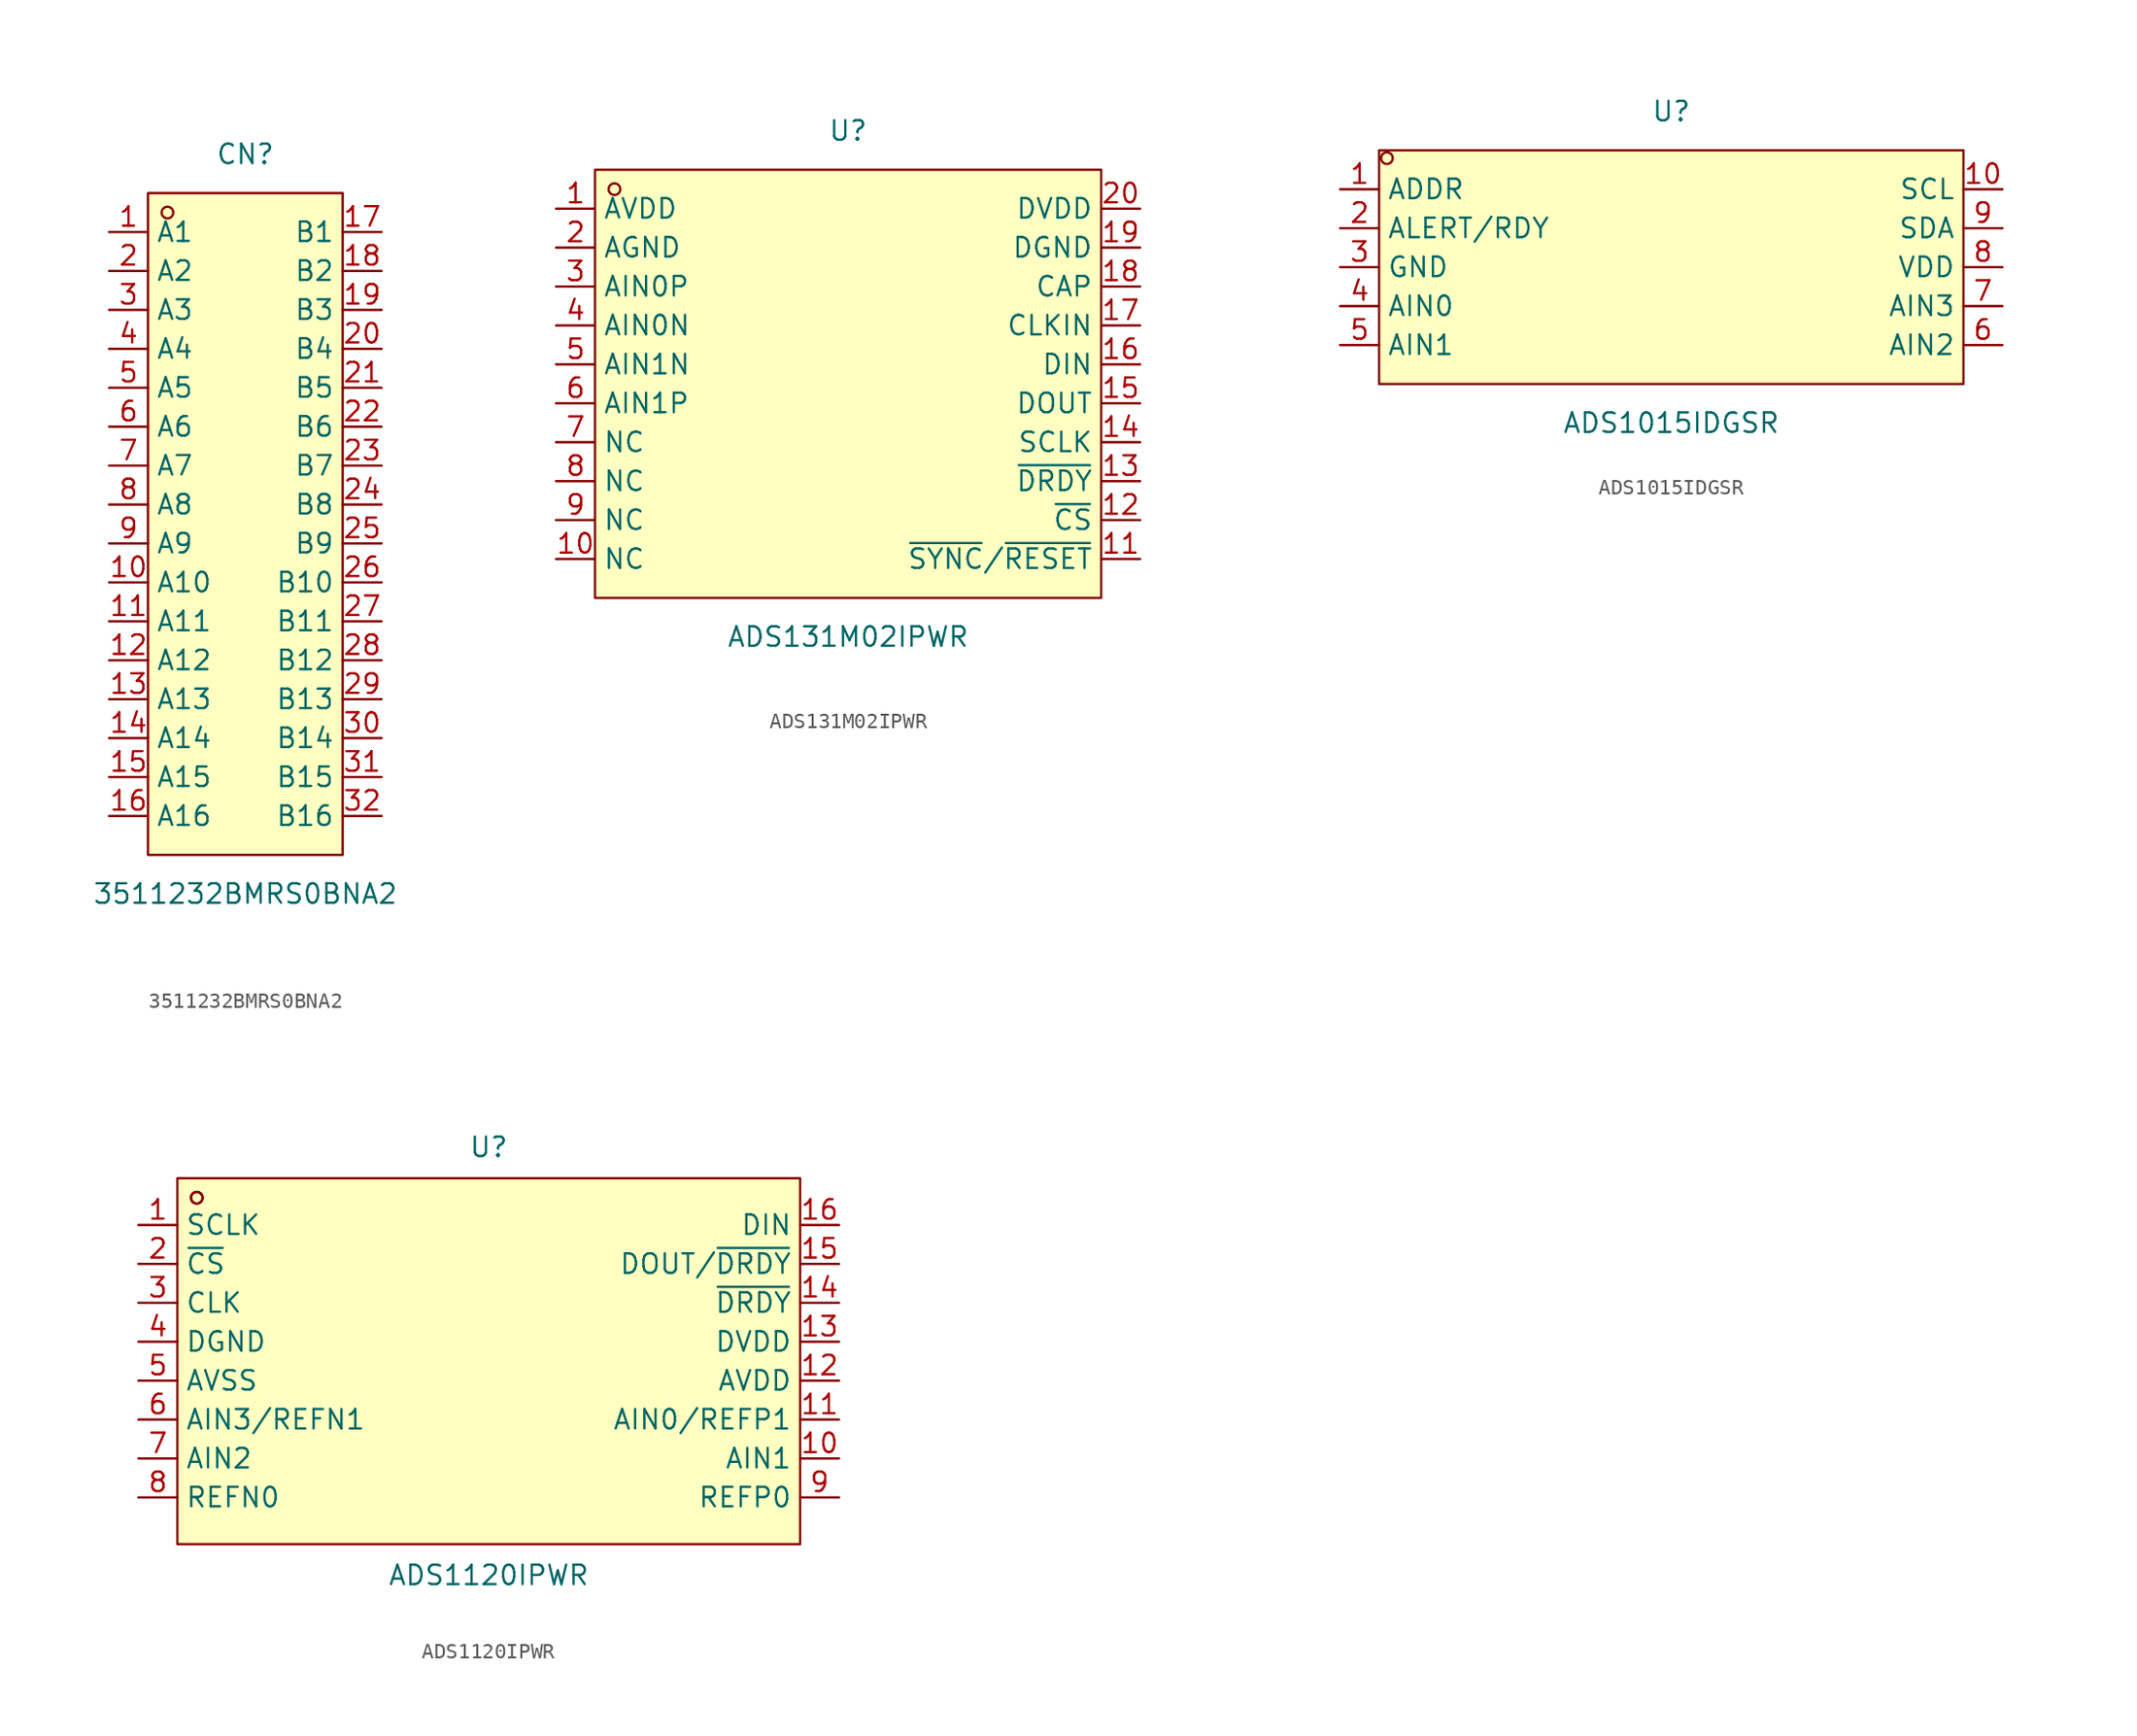
<source format=kicad_sym>
(kicad_symbol_lib
  (version 20241209)
  (generator "kicad_symbol_editor")
  (generator_version "9.0")
  (symbol "3511232BMRS0BNA2"
    (property "Reference" "CN"
      (at 0 24.13 0)
      (effects (font (size 1.27 1.27))))
    (property "Value" "3511232BMRS0BNA2"
      (at 0 -24.13 0)
      (effects (font (size 1.27 1.27))))
    (symbol "3511232BMRS0BNA2_0_1"
      (rectangle (start -6.35 21.59) (end 6.35 -21.59) (stroke (width 0) (type default) (color 0 0 0 0)) (fill (type background)))
      (circle (center -5.08 20.32) (radius 0.38) (stroke (width 0) (type default) (color 0 0 0 0)) (fill (type none)))
      (pin unspecified line (at -8.89 19.05 0) (length 2.54) (name "A1" (effects (font (size 1.27 1.27)))) (number "1" (effects (font (size 1.27 1.27)))))
      (pin unspecified line (at -8.89 16.51 0) (length 2.54) (name "A2" (effects (font (size 1.27 1.27)))) (number "2" (effects (font (size 1.27 1.27)))))
      (pin unspecified line (at -8.89 13.97 0) (length 2.54) (name "A3" (effects (font (size 1.27 1.27)))) (number "3" (effects (font (size 1.27 1.27)))))
      (pin unspecified line (at -8.89 11.43 0) (length 2.54) (name "A4" (effects (font (size 1.27 1.27)))) (number "4" (effects (font (size 1.27 1.27)))))
      (pin unspecified line (at -8.89 8.89 0) (length 2.54) (name "A5" (effects (font (size 1.27 1.27)))) (number "5" (effects (font (size 1.27 1.27)))))
      (pin unspecified line (at -8.89 6.35 0) (length 2.54) (name "A6" (effects (font (size 1.27 1.27)))) (number "6" (effects (font (size 1.27 1.27)))))
      (pin unspecified line (at -8.89 3.81 0) (length 2.54) (name "A7" (effects (font (size 1.27 1.27)))) (number "7" (effects (font (size 1.27 1.27)))))
      (pin unspecified line (at -8.89 1.27 0) (length 2.54) (name "A8" (effects (font (size 1.27 1.27)))) (number "8" (effects (font (size 1.27 1.27)))))
      (pin unspecified line (at -8.89 -1.27 0) (length 2.54) (name "A9" (effects (font (size 1.27 1.27)))) (number "9" (effects (font (size 1.27 1.27)))))
      (pin unspecified line (at -8.89 -3.81 0) (length 2.54) (name "A10" (effects (font (size 1.27 1.27)))) (number "10" (effects (font (size 1.27 1.27)))))
      (pin unspecified line (at -8.89 -6.35 0) (length 2.54) (name "A11" (effects (font (size 1.27 1.27)))) (number "11" (effects (font (size 1.27 1.27)))))
      (pin unspecified line (at -8.89 -8.89 0) (length 2.54) (name "A12" (effects (font (size 1.27 1.27)))) (number "12" (effects (font (size 1.27 1.27)))))
      (pin unspecified line (at -8.89 -11.43 0) (length 2.54) (name "A13" (effects (font (size 1.27 1.27)))) (number "13" (effects (font (size 1.27 1.27)))))
      (pin unspecified line (at -8.89 -13.97 0) (length 2.54) (name "A14" (effects (font (size 1.27 1.27)))) (number "14" (effects (font (size 1.27 1.27)))))
      (pin unspecified line (at -8.89 -16.51 0) (length 2.54) (name "A15" (effects (font (size 1.27 1.27)))) (number "15" (effects (font (size 1.27 1.27)))))
      (pin unspecified line (at -8.89 -19.05 0) (length 2.54) (name "A16" (effects (font (size 1.27 1.27)))) (number "16" (effects (font (size 1.27 1.27)))))
      (pin unspecified line (at 8.89 19.05 180) (length 2.54) (name "B1" (effects (font (size 1.27 1.27)))) (number "17" (effects (font (size 1.27 1.27)))))
      (pin unspecified line (at 8.89 16.51 180) (length 2.54) (name "B2" (effects (font (size 1.27 1.27)))) (number "18" (effects (font (size 1.27 1.27)))))
      (pin unspecified line (at 8.89 13.97 180) (length 2.54) (name "B3" (effects (font (size 1.27 1.27)))) (number "19" (effects (font (size 1.27 1.27)))))
      (pin unspecified line (at 8.89 11.43 180) (length 2.54) (name "B4" (effects (font (size 1.27 1.27)))) (number "20" (effects (font (size 1.27 1.27)))))
      (pin unspecified line (at 8.89 8.89 180) (length 2.54) (name "B5" (effects (font (size 1.27 1.27)))) (number "21" (effects (font (size 1.27 1.27)))))
      (pin unspecified line (at 8.89 6.35 180) (length 2.54) (name "B6" (effects (font (size 1.27 1.27)))) (number "22" (effects (font (size 1.27 1.27)))))
      (pin unspecified line (at 8.89 3.81 180) (length 2.54) (name "B7" (effects (font (size 1.27 1.27)))) (number "23" (effects (font (size 1.27 1.27)))))
      (pin unspecified line (at 8.89 1.27 180) (length 2.54) (name "B8" (effects (font (size 1.27 1.27)))) (number "24" (effects (font (size 1.27 1.27)))))
      (pin unspecified line (at 8.89 -1.27 180) (length 2.54) (name "B9" (effects (font (size 1.27 1.27)))) (number "25" (effects (font (size 1.27 1.27)))))
      (pin unspecified line (at 8.89 -3.81 180) (length 2.54) (name "B10" (effects (font (size 1.27 1.27)))) (number "26" (effects (font (size 1.27 1.27)))))
      (pin unspecified line (at 8.89 -6.35 180) (length 2.54) (name "B11" (effects (font (size 1.27 1.27)))) (number "27" (effects (font (size 1.27 1.27)))))
      (pin unspecified line (at 8.89 -8.89 180) (length 2.54) (name "B12" (effects (font (size 1.27 1.27)))) (number "28" (effects (font (size 1.27 1.27)))))
      (pin unspecified line (at 8.89 -11.43 180) (length 2.54) (name "B13" (effects (font (size 1.27 1.27)))) (number "29" (effects (font (size 1.27 1.27)))))
      (pin unspecified line (at 8.89 -13.97 180) (length 2.54) (name "B14" (effects (font (size 1.27 1.27)))) (number "30" (effects (font (size 1.27 1.27)))))
      (pin unspecified line (at 8.89 -16.51 180) (length 2.54) (name "B15" (effects (font (size 1.27 1.27)))) (number "31" (effects (font (size 1.27 1.27)))))
      (pin unspecified line (at 8.89 -19.05 180) (length 2.54) (name "B16" (effects (font (size 1.27 1.27)))) (number "32" (effects (font (size 1.27 1.27)))))))
  (symbol "ADS131M02IPWR"
    (property "Reference" "U"
      (at 0 16.51 0)
      (effects (font (size 1.27 1.27))))
    (property "Value" "ADS131M02IPWR"
      (at 0 -16.51 0)
      (effects (font (size 1.27 1.27))))
    (symbol "ADS131M02IPWR_0_1"
      (rectangle (start -16.51 13.97) (end 16.51 -13.97) (stroke (width 0) (type default)) (fill (type background)))
      (circle (center -15.24 12.7) (radius 0.38) (stroke (width 0) (type default)) (fill (type none)))
      (pin unspecified line (at -19.05 11.43 0) (length 2.54) (name "AVDD" (effects (font (size 1.27 1.27)))) (number "1" (effects (font (size 1.27 1.27)))))
      (pin unspecified line (at -19.05 8.89 0) (length 2.54) (name "AGND" (effects (font (size 1.27 1.27)))) (number "2" (effects (font (size 1.27 1.27)))))
      (pin unspecified line (at -19.05 6.35 0) (length 2.54) (name "AIN0P" (effects (font (size 1.27 1.27)))) (number "3" (effects (font (size 1.27 1.27)))))
      (pin unspecified line (at -19.05 3.81 0) (length 2.54) (name "AIN0N" (effects (font (size 1.27 1.27)))) (number "4" (effects (font (size 1.27 1.27)))))
      (pin unspecified line (at -19.05 1.27 0) (length 2.54) (name "AIN1N" (effects (font (size 1.27 1.27)))) (number "5" (effects (font (size 1.27 1.27)))))
      (pin unspecified line (at -19.05 -1.27 0) (length 2.54) (name "AIN1P" (effects (font (size 1.27 1.27)))) (number "6" (effects (font (size 1.27 1.27)))))
      (pin unspecified line (at -19.05 -3.81 0) (length 2.54) (name "NC" (effects (font (size 1.27 1.27)))) (number "7" (effects (font (size 1.27 1.27)))))
      (pin unspecified line (at -19.05 -6.35 0) (length 2.54) (name "NC" (effects (font (size 1.27 1.27)))) (number "8" (effects (font (size 1.27 1.27)))))
      (pin unspecified line (at -19.05 -8.89 0) (length 2.54) (name "NC" (effects (font (size 1.27 1.27)))) (number "9" (effects (font (size 1.27 1.27)))))
      (pin unspecified line (at -19.05 -11.43 0) (length 2.54) (name "NC" (effects (font (size 1.27 1.27)))) (number "10" (effects (font (size 1.27 1.27)))))
      (pin unspecified line (at 19.05 11.43 180) (length 2.54) (name "DVDD" (effects (font (size 1.27 1.27)))) (number "20" (effects (font (size 1.27 1.27)))))
      (pin unspecified line (at 19.05 8.89 180) (length 2.54) (name "DGND" (effects (font (size 1.27 1.27)))) (number "19" (effects (font (size 1.27 1.27)))))
      (pin unspecified line (at 19.05 6.35 180) (length 2.54) (name "CAP" (effects (font (size 1.27 1.27)))) (number "18" (effects (font (size 1.27 1.27)))))
      (pin unspecified line (at 19.05 3.81 180) (length 2.54) (name "CLKIN" (effects (font (size 1.27 1.27)))) (number "17" (effects (font (size 1.27 1.27)))))
      (pin unspecified line (at 19.05 1.27 180) (length 2.54) (name "DIN" (effects (font (size 1.27 1.27)))) (number "16" (effects (font (size 1.27 1.27)))))
      (pin unspecified line (at 19.05 -1.27 180) (length 2.54) (name "DOUT" (effects (font (size 1.27 1.27)))) (number "15" (effects (font (size 1.27 1.27)))))
      (pin unspecified line (at 19.05 -3.81 180) (length 2.54) (name "SCLK" (effects (font (size 1.27 1.27)))) (number "14" (effects (font (size 1.27 1.27)))))
      (pin unspecified line (at 19.05 -6.35 180) (length 2.54) (name "~{DRDY}" (effects (font (size 1.27 1.27)))) (number "13" (effects (font (size 1.27 1.27)))))
      (pin unspecified line (at 19.05 -8.89 180) (length 2.54) (name "~{CS}" (effects (font (size 1.27 1.27)))) (number "12" (effects (font (size 1.27 1.27)))))
      (pin unspecified line (at 19.05 -11.43 180) (length 2.54) (name "~{SYNC}/~{RESET}" (effects (font (size 1.27 1.27)))) (number "11" (effects (font (size 1.27 1.27)))))))
  (symbol "ADS1015IDGSR"
    (property "Reference" "U"
      (at 0 10.16 0)
      (effects (font (size 1.27 1.27))))
    (property "Value" "ADS1015IDGSR"
      (at 0 -10.16 0)
      (effects (font (size 1.27 1.27))))
    (symbol "ADS1015IDGSR_0_1"
      (rectangle (start -19.05 7.62) (end 19.05 -7.62) (stroke (width 0) (type default)) (fill (type background)))
      (circle (center -18.54 7.11) (radius 0.38) (stroke (width 0) (type default)) (fill (type none)))
      (pin unspecified line (at -21.59 5.08 0) (length 2.54) (name "ADDR" (effects (font (size 1.27 1.27)))) (number "1" (effects (font (size 1.27 1.27)))))
      (pin unspecified line (at -21.59 2.54 0) (length 2.54) (name "ALERT/RDY" (effects (font (size 1.27 1.27)))) (number "2" (effects (font (size 1.27 1.27)))))
      (pin unspecified line (at -21.59 0 0) (length 2.54) (name "GND" (effects (font (size 1.27 1.27)))) (number "3" (effects (font (size 1.27 1.27)))))
      (pin unspecified line (at -21.59 -2.54 0) (length 2.54) (name "AIN0" (effects (font (size 1.27 1.27)))) (number "4" (effects (font (size 1.27 1.27)))))
      (pin unspecified line (at -21.59 -5.08 0) (length 2.54) (name "AIN1" (effects (font (size 1.27 1.27)))) (number "5" (effects (font (size 1.27 1.27)))))
      (pin unspecified line (at 21.59 5.08 180) (length 2.54) (name "SCL" (effects (font (size 1.27 1.27)))) (number "10" (effects (font (size 1.27 1.27)))))
      (pin unspecified line (at 21.59 2.54 180) (length 2.54) (name "SDA" (effects (font (size 1.27 1.27)))) (number "9" (effects (font (size 1.27 1.27)))))
      (pin unspecified line (at 21.59 0 180) (length 2.54) (name "VDD" (effects (font (size 1.27 1.27)))) (number "8" (effects (font (size 1.27 1.27)))))
      (pin unspecified line (at 21.59 -2.54 180) (length 2.54) (name "AIN3" (effects (font (size 1.27 1.27)))) (number "7" (effects (font (size 1.27 1.27)))))
      (pin unspecified line (at 21.59 -5.08 180) (length 2.54) (name "AIN2" (effects (font (size 1.27 1.27)))) (number "6" (effects (font (size 1.27 1.27)))))))
  (symbol "ADS1120IPWR"
    (property "Reference" "U"
      (at 0 13.97 0)
      (effects (font (size 1.27 1.27))))
    (property "Value" "ADS1120IPWR"
      (at 0 -13.97 0)
      (effects (font (size 1.27 1.27))))
    (symbol "ADS1120IPWR_0_1"
      (rectangle (start -20.32 11.94) (end 20.32 -11.94) (stroke (width 0) (type default)) (fill (type background)))
      (circle (center -19.05 10.67) (radius 0.38) (stroke (width 0) (type default)) (fill (type none)))
      (circle (center -19.05 10.67) (radius 0.38) (stroke (width 0) (type default)) (fill (type none)))
      (pin unspecified line (at -22.86 8.89 0) (length 2.54) (name "SCLK" (effects (font (size 1.27 1.27)))) (number "1" (effects (font (size 1.27 1.27)))))
      (pin unspecified line (at -22.86 6.35 0) (length 2.54) (name "~{CS}" (effects (font (size 1.27 1.27)))) (number "2" (effects (font (size 1.27 1.27)))))
      (pin unspecified line (at -22.86 3.81 0) (length 2.54) (name "CLK" (effects (font (size 1.27 1.27)))) (number "3" (effects (font (size 1.27 1.27)))))
      (pin unspecified line (at -22.86 1.27 0) (length 2.54) (name "DGND" (effects (font (size 1.27 1.27)))) (number "4" (effects (font (size 1.27 1.27)))))
      (pin unspecified line (at -22.86 -1.27 0) (length 2.54) (name "AVSS" (effects (font (size 1.27 1.27)))) (number "5" (effects (font (size 1.27 1.27)))))
      (pin unspecified line (at -22.86 -3.81 0) (length 2.54) (name "AIN3/REFN1" (effects (font (size 1.27 1.27)))) (number "6" (effects (font (size 1.27 1.27)))))
      (pin unspecified line (at -22.86 -6.35 0) (length 2.54) (name "AIN2" (effects (font (size 1.27 1.27)))) (number "7" (effects (font (size 1.27 1.27)))))
      (pin unspecified line (at -22.86 -8.89 0) (length 2.54) (name "REFN0" (effects (font (size 1.27 1.27)))) (number "8" (effects (font (size 1.27 1.27)))))
      (pin unspecified line (at 22.86 8.89 180) (length 2.54) (name "DIN" (effects (font (size 1.27 1.27)))) (number "16" (effects (font (size 1.27 1.27)))))
      (pin unspecified line (at 22.86 6.35 180) (length 2.54) (name "DOUT/~{DRDY}" (effects (font (size 1.27 1.27)))) (number "15" (effects (font (size 1.27 1.27)))))
      (pin unspecified line (at 22.86 3.81 180) (length 2.54) (name "~{DRDY}" (effects (font (size 1.27 1.27)))) (number "14" (effects (font (size 1.27 1.27)))))
      (pin unspecified line (at 22.86 1.27 180) (length 2.54) (name "DVDD" (effects (font (size 1.27 1.27)))) (number "13" (effects (font (size 1.27 1.27)))))
      (pin unspecified line (at 22.86 -1.27 180) (length 2.54) (name "AVDD" (effects (font (size 1.27 1.27)))) (number "12" (effects (font (size 1.27 1.27)))))
      (pin unspecified line (at 22.86 -3.81 180) (length 2.54) (name "AIN0/REFP1" (effects (font (size 1.27 1.27)))) (number "11" (effects (font (size 1.27 1.27)))))
      (pin unspecified line (at 22.86 -6.35 180) (length 2.54) (name "AIN1" (effects (font (size 1.27 1.27)))) (number "10" (effects (font (size 1.27 1.27)))))
      (pin unspecified line (at 22.86 -8.89 180) (length 2.54) (name "REFP0" (effects (font (size 1.27 1.27)))) (number "9" (effects (font (size 1.27 1.27))))))))
</source>
